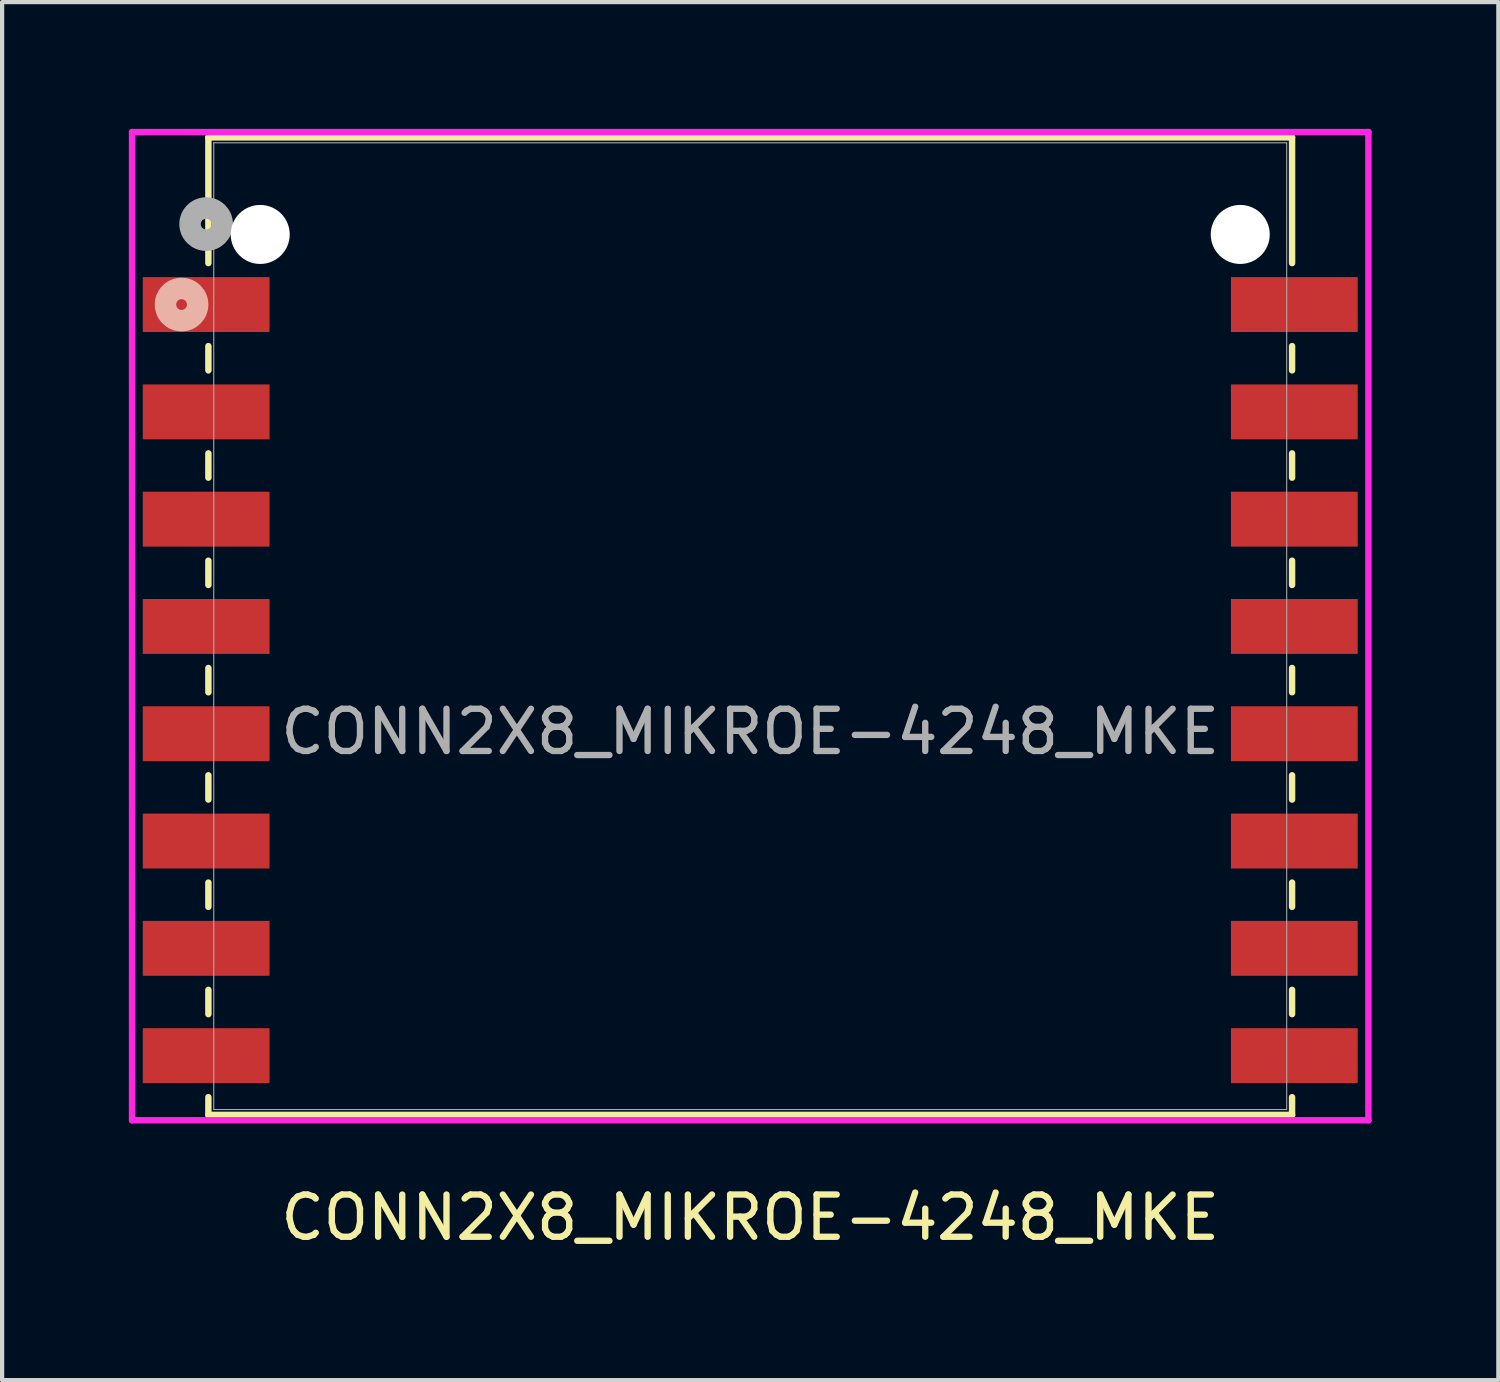
<source format=kicad_pcb>
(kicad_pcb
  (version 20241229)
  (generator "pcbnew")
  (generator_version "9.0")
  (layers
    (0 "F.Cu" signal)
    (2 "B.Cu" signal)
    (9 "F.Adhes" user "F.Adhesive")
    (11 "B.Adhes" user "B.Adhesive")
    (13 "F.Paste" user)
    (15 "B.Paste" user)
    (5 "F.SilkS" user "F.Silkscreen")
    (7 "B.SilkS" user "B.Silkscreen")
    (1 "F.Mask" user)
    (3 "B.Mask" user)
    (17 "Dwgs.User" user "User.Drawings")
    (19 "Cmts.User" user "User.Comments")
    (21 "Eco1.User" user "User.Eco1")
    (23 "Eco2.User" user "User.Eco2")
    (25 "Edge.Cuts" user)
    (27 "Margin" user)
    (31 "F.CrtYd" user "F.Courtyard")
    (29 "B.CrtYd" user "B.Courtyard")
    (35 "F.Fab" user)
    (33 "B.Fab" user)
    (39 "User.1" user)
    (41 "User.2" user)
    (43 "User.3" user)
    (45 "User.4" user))
  (footprint "CONN2X8_MIKROE-4248_MKE"
    (layer "F.Cu")
    (at 14.71 11.773)
    (property "Reference" "CONN2X8_MIKROE-4248_MKE" (at 0 14 0) (unlocked yes) (layer "F.SilkS") (effects (font (size 1 1) (thickness 0.15))))
    (attr smd)
    (fp_line (start -12.827 -11.57) (end -12.827 -8.595) (stroke (width 0.152) (type solid)) (layer "F.SilkS"))
    (fp_line (start -12.827 -6.63) (end -12.827 -6.055) (stroke (width 0.152) (type solid)) (layer "F.SilkS"))
    (fp_line (start -12.827 -4.09) (end -12.827 -3.515) (stroke (width 0.152) (type solid)) (layer "F.SilkS"))
    (fp_line (start -12.827 -1.55) (end -12.827 -0.975) (stroke (width 0.152) (type solid)) (layer "F.SilkS"))
    (fp_line (start -12.827 0.99) (end -12.827 1.565) (stroke (width 0.152) (type solid)) (layer "F.SilkS"))
    (fp_line (start -12.827 3.53) (end -12.827 4.105) (stroke (width 0.152) (type solid)) (layer "F.SilkS"))
    (fp_line (start -12.827 6.07) (end -12.827 6.645) (stroke (width 0.152) (type solid)) (layer "F.SilkS"))
    (fp_line (start -12.827 8.61) (end -12.827 9.185) (stroke (width 0.152) (type solid)) (layer "F.SilkS"))
    (fp_line (start -12.827 11.15) (end -12.827 11.57) (stroke (width 0.152) (type solid)) (layer "F.SilkS"))
    (fp_line (start -12.827 11.57) (end 12.827 11.57) (stroke (width 0.152) (type solid)) (layer "F.SilkS"))
    (fp_line (start 12.827 -11.57) (end -12.827 -11.57) (stroke (width 0.152) (type solid)) (layer "F.SilkS"))
    (fp_line (start 12.827 -8.595) (end 12.827 -11.57) (stroke (width 0.152) (type solid)) (layer "F.SilkS"))
    (fp_line (start 12.827 -6.055) (end 12.827 -6.63) (stroke (width 0.152) (type solid)) (layer "F.SilkS"))
    (fp_line (start 12.827 -3.515) (end 12.827 -4.09) (stroke (width 0.152) (type solid)) (layer "F.SilkS"))
    (fp_line (start 12.827 -0.975) (end 12.827 -1.55) (stroke (width 0.152) (type solid)) (layer "F.SilkS"))
    (fp_line (start 12.827 1.565) (end 12.827 0.99) (stroke (width 0.152) (type solid)) (layer "F.SilkS"))
    (fp_line (start 12.827 4.105) (end 12.827 3.53) (stroke (width 0.152) (type solid)) (layer "F.SilkS"))
    (fp_line (start 12.827 6.645) (end 12.827 6.07) (stroke (width 0.152) (type solid)) (layer "F.SilkS"))
    (fp_line (start 12.827 9.185) (end 12.827 8.61) (stroke (width 0.152) (type solid)) (layer "F.SilkS"))
    (fp_line (start 12.827 11.57) (end 12.827 11.15) (stroke (width 0.152) (type solid)) (layer "F.SilkS"))
    (fp_circle (center -13.462 -7.613) (end -13.081 -7.613) (stroke (width 0.508) (type solid)) (fill no) (layer "B.SilkS"))
    (fp_line (start -14.634 -11.697) (end -14.634 11.697) (stroke (width 0.152) (type solid)) (layer "F.CrtYd"))
    (fp_line (start -14.634 11.697) (end 14.634 11.697) (stroke (width 0.152) (type solid)) (layer "F.CrtYd"))
    (fp_line (start 14.634 -11.697) (end -14.634 -11.697) (stroke (width 0.152) (type solid)) (layer "F.CrtYd"))
    (fp_line (start 14.634 11.697) (end 14.634 -11.697) (stroke (width 0.152) (type solid)) (layer "F.CrtYd"))
    (fp_line (start -12.7 -11.443) (end -12.7 11.443) (stroke (width 0.025) (type solid)) (layer "F.Fab"))
    (fp_line (start -12.7 11.443) (end 12.7 11.443) (stroke (width 0.025) (type solid)) (layer "F.Fab"))
    (fp_line (start 12.7 -11.443) (end -12.7 -11.443) (stroke (width 0.025) (type solid)) (layer "F.Fab"))
    (fp_line (start 12.7 11.443) (end 12.7 -11.443) (stroke (width 0.025) (type solid)) (layer "F.Fab"))
    (fp_circle (center -12.88 -9.518) (end -12.499 -9.518) (stroke (width 0.508) (type solid)) (fill no) (layer "F.Fab"))
    (fp_text user "${REFERENCE}" (at 0 2.5 0) (unlocked yes) (layer "F.Fab") (effects (font (size 1 1) (thickness 0.15))))
    (pad "" np_thru_hole circle (at -11.6 -9.273) (size 1.397 1.397) (drill 1.397) (layers "*.Cu" "*.Mask"))
    (pad "" np_thru_hole circle (at 11.6 -9.273) (size 1.397 1.397) (drill 1.397) (layers "*.Cu" "*.Mask"))
    (pad "1" smd rect (at -12.88 -7.613) (size 3 1.3) (layers "F.Cu" "F.Mask" "F.Paste"))
    (pad "2" smd rect (at -12.88 -5.073) (size 3 1.3) (layers "F.Cu" "F.Mask" "F.Paste"))
    (pad "3" smd rect (at -12.88 -2.533) (size 3 1.3) (layers "F.Cu" "F.Mask" "F.Paste"))
    (pad "4" smd rect (at -12.88 0.007) (size 3 1.3) (layers "F.Cu" "F.Mask" "F.Paste"))
    (pad "5" smd rect (at -12.88 2.547) (size 3 1.3) (layers "F.Cu" "F.Mask" "F.Paste"))
    (pad "6" smd rect (at -12.88 5.087) (size 3 1.3) (layers "F.Cu" "F.Mask" "F.Paste"))
    (pad "7" smd rect (at -12.88 7.627) (size 3 1.3) (layers "F.Cu" "F.Mask" "F.Paste"))
    (pad "8" smd rect (at -12.88 10.167) (size 3 1.3) (layers "F.Cu" "F.Mask" "F.Paste"))
    (pad "9" smd rect (at 12.88 10.167) (size 3 1.3) (layers "F.Cu" "F.Mask" "F.Paste"))
    (pad "10" smd rect (at 12.88 7.627) (size 3 1.3) (layers "F.Cu" "F.Mask" "F.Paste"))
    (pad "11" smd rect (at 12.88 5.087) (size 3 1.3) (layers "F.Cu" "F.Mask" "F.Paste"))
    (pad "12" smd rect (at 12.88 2.547) (size 3 1.3) (layers "F.Cu" "F.Mask" "F.Paste"))
    (pad "13" smd rect (at 12.88 0.007) (size 3 1.3) (layers "F.Cu" "F.Mask" "F.Paste"))
    (pad "14" smd rect (at 12.88 -2.533) (size 3 1.3) (layers "F.Cu" "F.Mask" "F.Paste"))
    (pad "15" smd rect (at 12.88 -5.073) (size 3 1.3) (layers "F.Cu" "F.Mask" "F.Paste"))
    (pad "16" smd rect (at 12.88 -7.613) (size 3 1.3) (layers "F.Cu" "F.Mask" "F.Paste")))
  (gr_rect
    (start -3 -3)
    (end 32.42 29.621)
    (stroke (width 0.1) (type default))
    (fill no)
    (layer "Edge.Cuts")))
</source>
